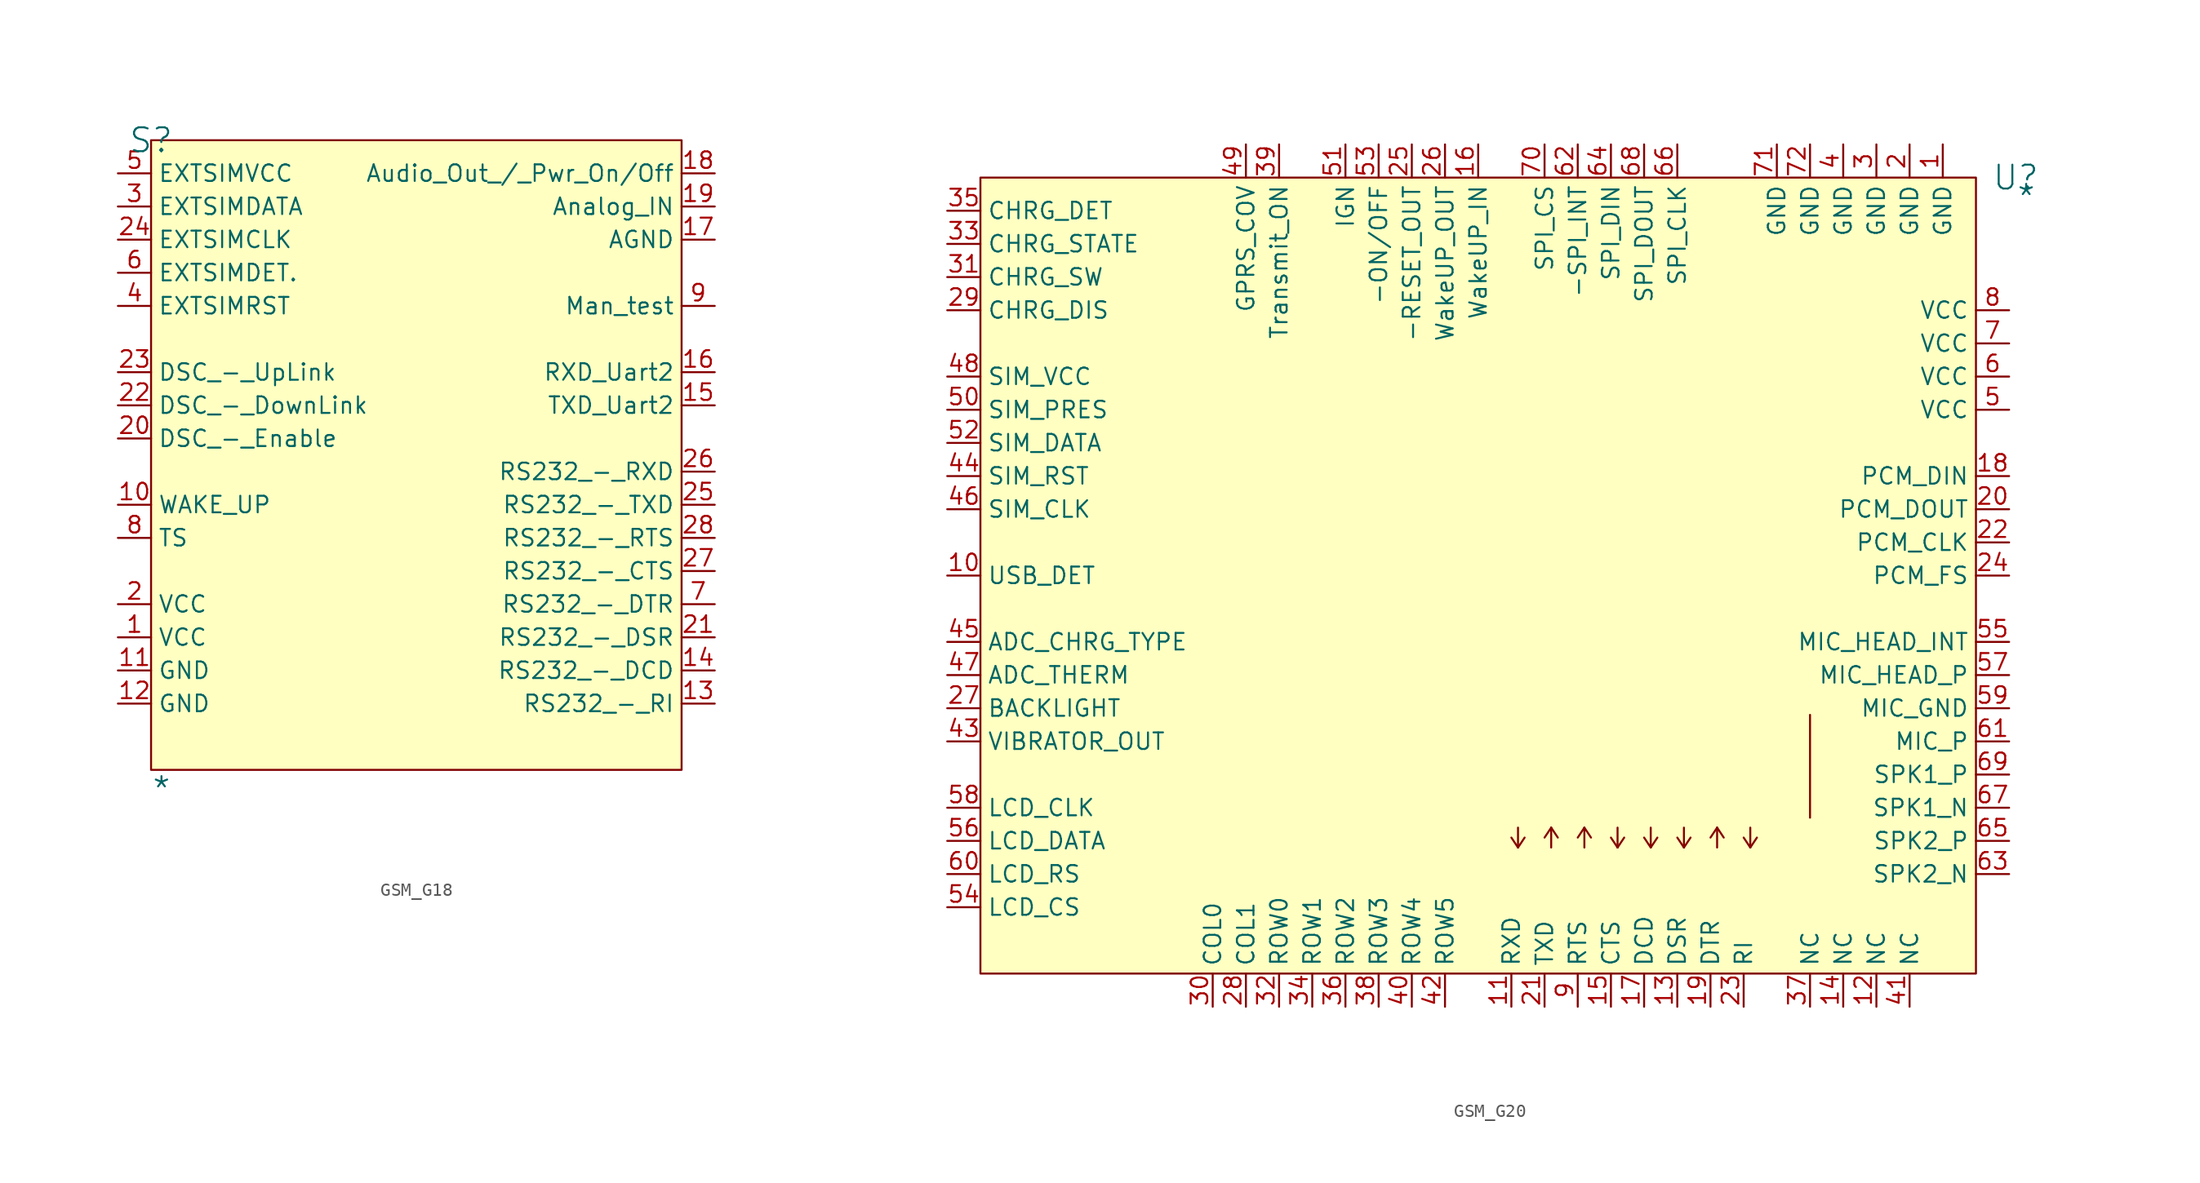
<source format=kicad_sym>
(kicad_symbol_lib
  (version 20241209)
  (generator "kicad_symbol_editor")
  (generator_version "9.0")
  (symbol "GSM_G18"
    (property "Reference" "S"
      (at 0 0 0)
      (effects (font (size 1.829 1.829))))
    (property "Value" "*"
      (at 0 -50.8 0)
      (effects (font (size 1.829 1.829)) (justify left bottom)))
    (symbol "GSM_G18_1_0"
      (rectangle (start 40.64 0) (end 0 -48.26) (stroke (width 0) (type solid) (color 128 0 0 1)) (fill (type background)))
      (pin passive line (at -2.54 -2.54 0) (length 2.54) (name "EXTSIMVCC" (effects (font (size 1.27 1.27)))) (number "5" (effects (font (size 1.27 1.27)))))
      (pin passive line (at -2.54 -5.08 0) (length 2.54) (name "EXTSIMDATA" (effects (font (size 1.27 1.27)))) (number "3" (effects (font (size 1.27 1.27)))))
      (pin passive line (at -2.54 -7.62 0) (length 2.54) (name "EXTSIMCLK" (effects (font (size 1.27 1.27)))) (number "24" (effects (font (size 1.27 1.27)))))
      (pin passive line (at -2.54 -10.16 0) (length 2.54) (name "EXTSIMDET." (effects (font (size 1.27 1.27)))) (number "6" (effects (font (size 1.27 1.27)))))
      (pin passive line (at -2.54 -12.7 0) (length 2.54) (name "EXTSIMRST" (effects (font (size 1.27 1.27)))) (number "4" (effects (font (size 1.27 1.27)))))
      (pin passive line (at -2.54 -17.78 0) (length 2.54) (name "DSC_-_UpLink" (effects (font (size 1.27 1.27)))) (number "23" (effects (font (size 1.27 1.27)))))
      (pin passive line (at -2.54 -20.32 0) (length 2.54) (name "DSC_-_DownLink" (effects (font (size 1.27 1.27)))) (number "22" (effects (font (size 1.27 1.27)))))
      (pin passive line (at -2.54 -22.86 0) (length 2.54) (name "DSC_-_Enable" (effects (font (size 1.27 1.27)))) (number "20" (effects (font (size 1.27 1.27)))))
      (pin passive line (at -2.54 -27.94 0) (length 2.54) (name "WAKE_UP" (effects (font (size 1.27 1.27)))) (number "10" (effects (font (size 1.27 1.27)))))
      (pin passive line (at -2.54 -30.48 0) (length 2.54) (name "TS" (effects (font (size 1.27 1.27)))) (number "8" (effects (font (size 1.27 1.27)))))
      (pin passive line (at -2.54 -35.56 0) (length 2.54) (name "VCC" (effects (font (size 1.27 1.27)))) (number "2" (effects (font (size 1.27 1.27)))))
      (pin passive line (at -2.54 -38.1 0) (length 2.54) (name "VCC" (effects (font (size 1.27 1.27)))) (number "1" (effects (font (size 1.27 1.27)))))
      (pin passive line (at -2.54 -40.64 0) (length 2.54) (name "GND" (effects (font (size 1.27 1.27)))) (number "11" (effects (font (size 1.27 1.27)))))
      (pin passive line (at -2.54 -43.18 0) (length 2.54) (name "GND" (effects (font (size 1.27 1.27)))) (number "12" (effects (font (size 1.27 1.27)))))
      (pin passive line (at 43.18 -2.54 180) (length 2.54) (name "Audio_Out_/_Pwr_On/Off" (effects (font (size 1.27 1.27)))) (number "18" (effects (font (size 1.27 1.27)))))
      (pin passive line (at 43.18 -5.08 180) (length 2.54) (name "Analog_IN" (effects (font (size 1.27 1.27)))) (number "19" (effects (font (size 1.27 1.27)))))
      (pin passive line (at 43.18 -7.62 180) (length 2.54) (name "AGND" (effects (font (size 1.27 1.27)))) (number "17" (effects (font (size 1.27 1.27)))))
      (pin passive line (at 43.18 -12.7 180) (length 2.54) (name "Man_test" (effects (font (size 1.27 1.27)))) (number "9" (effects (font (size 1.27 1.27)))))
      (pin passive line (at 43.18 -17.78 180) (length 2.54) (name "RXD_Uart2" (effects (font (size 1.27 1.27)))) (number "16" (effects (font (size 1.27 1.27)))))
      (pin passive line (at 43.18 -20.32 180) (length 2.54) (name "TXD_Uart2" (effects (font (size 1.27 1.27)))) (number "15" (effects (font (size 1.27 1.27)))))
      (pin passive line (at 43.18 -25.4 180) (length 2.54) (name "RS232_-_RXD" (effects (font (size 1.27 1.27)))) (number "26" (effects (font (size 1.27 1.27)))))
      (pin passive line (at 43.18 -27.94 180) (length 2.54) (name "RS232_-_TXD" (effects (font (size 1.27 1.27)))) (number "25" (effects (font (size 1.27 1.27)))))
      (pin passive line (at 43.18 -30.48 180) (length 2.54) (name "RS232_-_RTS" (effects (font (size 1.27 1.27)))) (number "28" (effects (font (size 1.27 1.27)))))
      (pin passive line (at 43.18 -33.02 180) (length 2.54) (name "RS232_-_CTS" (effects (font (size 1.27 1.27)))) (number "27" (effects (font (size 1.27 1.27)))))
      (pin passive line (at 43.18 -35.56 180) (length 2.54) (name "RS232_-_DTR" (effects (font (size 1.27 1.27)))) (number "7" (effects (font (size 1.27 1.27)))))
      (pin passive line (at 43.18 -38.1 180) (length 2.54) (name "RS232_-_DSR" (effects (font (size 1.27 1.27)))) (number "21" (effects (font (size 1.27 1.27)))))
      (pin passive line (at 43.18 -40.64 180) (length 2.54) (name "RS232_-_DCD" (effects (font (size 1.27 1.27)))) (number "14" (effects (font (size 1.27 1.27)))))
      (pin passive line (at 43.18 -43.18 180) (length 2.54) (name "RS232_-_RI" (effects (font (size 1.27 1.27)))) (number "13" (effects (font (size 1.27 1.27)))))))
  (symbol "GSM_G20"
    (property "Reference" "U"
      (at 79.248 0 0)
      (effects (font (size 1.829 1.829))))
    (property "Value" "*"
      (at 79.248 -2.54 0)
      (effects (font (size 1.829 1.829)) (justify left bottom)))
    (symbol "GSM_G20_1_0"
      (polyline (pts (xy 41.148 -51.308) (xy 40.64 -50.546)) (stroke (width 0) (type solid)) (fill (type none)))
      (polyline (pts (xy 41.148 -51.308) (xy 41.148 -49.784)) (stroke (width 0) (type solid)) (fill (type none)))
      (polyline (pts (xy 41.656 -50.546) (xy 41.148 -51.308)) (stroke (width 0) (type solid)) (fill (type none)))
      (polyline (pts (xy 43.18 -50.546) (xy 43.688 -49.784)) (stroke (width 0) (type solid)) (fill (type none)))
      (polyline (pts (xy 43.688 -49.784) (xy 43.688 -51.308)) (stroke (width 0) (type solid)) (fill (type none)))
      (polyline (pts (xy 43.688 -49.784) (xy 44.196 -50.546)) (stroke (width 0) (type solid)) (fill (type none)))
      (polyline (pts (xy 45.72 -50.546) (xy 46.228 -49.784)) (stroke (width 0) (type solid)) (fill (type none)))
      (polyline (pts (xy 46.228 -49.784) (xy 46.228 -51.308)) (stroke (width 0) (type solid)) (fill (type none)))
      (polyline (pts (xy 46.228 -49.784) (xy 46.736 -50.546)) (stroke (width 0) (type solid)) (fill (type none)))
      (polyline (pts (xy 48.768 -51.308) (xy 48.26 -50.546)) (stroke (width 0) (type solid)) (fill (type none)))
      (polyline (pts (xy 48.768 -51.308) (xy 48.768 -49.784)) (stroke (width 0) (type solid)) (fill (type none)))
      (polyline (pts (xy 49.276 -50.546) (xy 48.768 -51.308)) (stroke (width 0) (type solid)) (fill (type none)))
      (polyline (pts (xy 51.308 -51.308) (xy 50.8 -50.546)) (stroke (width 0) (type solid)) (fill (type none)))
      (polyline (pts (xy 51.308 -51.308) (xy 51.308 -49.784)) (stroke (width 0) (type solid)) (fill (type none)))
      (polyline (pts (xy 51.816 -50.546) (xy 51.308 -51.308)) (stroke (width 0) (type solid)) (fill (type none)))
      (polyline (pts (xy 53.848 -51.308) (xy 53.34 -50.546)) (stroke (width 0) (type solid)) (fill (type none)))
      (polyline (pts (xy 53.848 -51.308) (xy 53.848 -49.784)) (stroke (width 0) (type solid)) (fill (type none)))
      (polyline (pts (xy 54.356 -50.546) (xy 53.848 -51.308)) (stroke (width 0) (type solid)) (fill (type none)))
      (polyline (pts (xy 55.88 -50.546) (xy 56.388 -49.784)) (stroke (width 0) (type solid)) (fill (type none)))
      (polyline (pts (xy 56.388 -49.784) (xy 56.388 -51.308)) (stroke (width 0) (type solid)) (fill (type none)))
      (polyline (pts (xy 56.388 -49.784) (xy 56.896 -50.546)) (stroke (width 0) (type solid)) (fill (type none)))
      (polyline (pts (xy 58.928 -51.308) (xy 58.42 -50.546)) (stroke (width 0) (type solid)) (fill (type none)))
      (polyline (pts (xy 58.928 -51.308) (xy 58.928 -49.784)) (stroke (width 0) (type solid)) (fill (type none)))
      (polyline (pts (xy 59.436 -50.546) (xy 58.928 -51.308)) (stroke (width 0) (type solid)) (fill (type none)))
      (polyline (pts (xy 63.5 -41.148) (xy 63.5 -49.022)) (stroke (width 0) (type solid)) (fill (type none)))
      (rectangle (start 76.2 0) (end 0 -60.96) (stroke (width 0) (type solid) (color 128 0 0 1)) (fill (type background)))
      (pin passive line (at -2.54 -2.54 0) (length 2.54) (name "CHRG_DET" (effects (font (size 1.27 1.27)))) (number "35" (effects (font (size 1.27 1.27)))))
      (pin passive line (at -2.54 -5.08 0) (length 2.54) (name "CHRG_STATE" (effects (font (size 1.27 1.27)))) (number "33" (effects (font (size 1.27 1.27)))))
      (pin passive line (at -2.54 -7.62 0) (length 2.54) (name "CHRG_SW" (effects (font (size 1.27 1.27)))) (number "31" (effects (font (size 1.27 1.27)))))
      (pin passive line (at -2.54 -10.16 0) (length 2.54) (name "CHRG_DIS" (effects (font (size 1.27 1.27)))) (number "29" (effects (font (size 1.27 1.27)))))
      (pin passive line (at -2.54 -15.24 0) (length 2.54) (name "SIM_VCC" (effects (font (size 1.27 1.27)))) (number "48" (effects (font (size 1.27 1.27)))))
      (pin passive line (at -2.54 -17.78 0) (length 2.54) (name "SIM_PRES" (effects (font (size 1.27 1.27)))) (number "50" (effects (font (size 1.27 1.27)))))
      (pin passive line (at -2.54 -20.32 0) (length 2.54) (name "SIM_DATA" (effects (font (size 1.27 1.27)))) (number "52" (effects (font (size 1.27 1.27)))))
      (pin passive line (at -2.54 -22.86 0) (length 2.54) (name "SIM_RST" (effects (font (size 1.27 1.27)))) (number "44" (effects (font (size 1.27 1.27)))))
      (pin passive line (at -2.54 -25.4 0) (length 2.54) (name "SIM_CLK" (effects (font (size 1.27 1.27)))) (number "46" (effects (font (size 1.27 1.27)))))
      (pin passive line (at -2.54 -30.48 0) (length 2.54) (name "USB_DET" (effects (font (size 1.27 1.27)))) (number "10" (effects (font (size 1.27 1.27)))))
      (pin passive line (at -2.54 -35.56 0) (length 2.54) (name "ADC_CHRG_TYPE" (effects (font (size 1.27 1.27)))) (number "45" (effects (font (size 1.27 1.27)))))
      (pin passive line (at -2.54 -38.1 0) (length 2.54) (name "ADC_THERM" (effects (font (size 1.27 1.27)))) (number "47" (effects (font (size 1.27 1.27)))))
      (pin passive line (at -2.54 -40.64 0) (length 2.54) (name "BACKLIGHT" (effects (font (size 1.27 1.27)))) (number "27" (effects (font (size 1.27 1.27)))))
      (pin passive line (at -2.54 -43.18 0) (length 2.54) (name "VIBRATOR_OUT" (effects (font (size 1.27 1.27)))) (number "43" (effects (font (size 1.27 1.27)))))
      (pin passive line (at -2.54 -48.26 0) (length 2.54) (name "LCD_CLK" (effects (font (size 1.27 1.27)))) (number "58" (effects (font (size 1.27 1.27)))))
      (pin passive line (at -2.54 -50.8 0) (length 2.54) (name "LCD_DATA" (effects (font (size 1.27 1.27)))) (number "56" (effects (font (size 1.27 1.27)))))
      (pin passive line (at -2.54 -53.34 0) (length 2.54) (name "LCD_RS" (effects (font (size 1.27 1.27)))) (number "60" (effects (font (size 1.27 1.27)))))
      (pin passive line (at -2.54 -55.88 0) (length 2.54) (name "LCD_CS" (effects (font (size 1.27 1.27)))) (number "54" (effects (font (size 1.27 1.27)))))
      (pin passive line (at 17.78 -63.5 90) (length 2.54) (name "COL0" (effects (font (size 1.27 1.27)))) (number "30" (effects (font (size 1.27 1.27)))))
      (pin passive line (at 20.32 2.54 270) (length 2.54) (name "GPRS_COV" (effects (font (size 1.27 1.27)))) (number "49" (effects (font (size 1.27 1.27)))))
      (pin passive line (at 20.32 -63.5 90) (length 2.54) (name "COL1" (effects (font (size 1.27 1.27)))) (number "28" (effects (font (size 1.27 1.27)))))
      (pin passive line (at 22.86 2.54 270) (length 2.54) (name "Transmit_ON" (effects (font (size 1.27 1.27)))) (number "39" (effects (font (size 1.27 1.27)))))
      (pin passive line (at 22.86 -63.5 90) (length 2.54) (name "ROW0" (effects (font (size 1.27 1.27)))) (number "32" (effects (font (size 1.27 1.27)))))
      (pin passive line (at 25.4 -63.5 90) (length 2.54) (name "ROW1" (effects (font (size 1.27 1.27)))) (number "34" (effects (font (size 1.27 1.27)))))
      (pin passive line (at 27.94 2.54 270) (length 2.54) (name "IGN" (effects (font (size 1.27 1.27)))) (number "51" (effects (font (size 1.27 1.27)))))
      (pin passive line (at 27.94 -63.5 90) (length 2.54) (name "ROW2" (effects (font (size 1.27 1.27)))) (number "36" (effects (font (size 1.27 1.27)))))
      (pin passive line (at 30.48 2.54 270) (length 2.54) (name "-ON/OFF" (effects (font (size 1.27 1.27)))) (number "53" (effects (font (size 1.27 1.27)))))
      (pin passive line (at 30.48 -63.5 90) (length 2.54) (name "ROW3" (effects (font (size 1.27 1.27)))) (number "38" (effects (font (size 1.27 1.27)))))
      (pin passive line (at 33.02 2.54 270) (length 2.54) (name "-RESET_OUT" (effects (font (size 1.27 1.27)))) (number "25" (effects (font (size 1.27 1.27)))))
      (pin passive line (at 33.02 -63.5 90) (length 2.54) (name "ROW4" (effects (font (size 1.27 1.27)))) (number "40" (effects (font (size 1.27 1.27)))))
      (pin passive line (at 35.56 2.54 270) (length 2.54) (name "WakeUP_OUT" (effects (font (size 1.27 1.27)))) (number "26" (effects (font (size 1.27 1.27)))))
      (pin passive line (at 35.56 -63.5 90) (length 2.54) (name "ROW5" (effects (font (size 1.27 1.27)))) (number "42" (effects (font (size 1.27 1.27)))))
      (pin passive line (at 38.1 2.54 270) (length 2.54) (name "WakeUP_IN" (effects (font (size 1.27 1.27)))) (number "16" (effects (font (size 1.27 1.27)))))
      (pin passive line (at 40.64 -63.5 90) (length 2.54) (name "RXD" (effects (font (size 1.27 1.27)))) (number "11" (effects (font (size 1.27 1.27)))))
      (pin passive line (at 43.18 2.54 270) (length 2.54) (name "SPI_CS" (effects (font (size 1.27 1.27)))) (number "70" (effects (font (size 1.27 1.27)))))
      (pin passive line (at 43.18 -63.5 90) (length 2.54) (name "TXD" (effects (font (size 1.27 1.27)))) (number "21" (effects (font (size 1.27 1.27)))))
      (pin passive line (at 45.72 2.54 270) (length 2.54) (name "-SPI_INT" (effects (font (size 1.27 1.27)))) (number "62" (effects (font (size 1.27 1.27)))))
      (pin passive line (at 45.72 -63.5 90) (length 2.54) (name "RTS" (effects (font (size 1.27 1.27)))) (number "9" (effects (font (size 1.27 1.27)))))
      (pin passive line (at 48.26 2.54 270) (length 2.54) (name "SPI_DIN" (effects (font (size 1.27 1.27)))) (number "64" (effects (font (size 1.27 1.27)))))
      (pin passive line (at 48.26 -63.5 90) (length 2.54) (name "CTS" (effects (font (size 1.27 1.27)))) (number "15" (effects (font (size 1.27 1.27)))))
      (pin passive line (at 50.8 2.54 270) (length 2.54) (name "SPI_DOUT" (effects (font (size 1.27 1.27)))) (number "68" (effects (font (size 1.27 1.27)))))
      (pin passive line (at 50.8 -63.5 90) (length 2.54) (name "DCD" (effects (font (size 1.27 1.27)))) (number "17" (effects (font (size 1.27 1.27)))))
      (pin passive line (at 53.34 2.54 270) (length 2.54) (name "SPI_CLK" (effects (font (size 1.27 1.27)))) (number "66" (effects (font (size 1.27 1.27)))))
      (pin passive line (at 53.34 -63.5 90) (length 2.54) (name "DSR" (effects (font (size 1.27 1.27)))) (number "13" (effects (font (size 1.27 1.27)))))
      (pin passive line (at 55.88 -63.5 90) (length 2.54) (name "DTR" (effects (font (size 1.27 1.27)))) (number "19" (effects (font (size 1.27 1.27)))))
      (pin passive line (at 58.42 -63.5 90) (length 2.54) (name "RI" (effects (font (size 1.27 1.27)))) (number "23" (effects (font (size 1.27 1.27)))))
      (pin passive line (at 60.96 2.54 270) (length 2.54) (name "GND" (effects (font (size 1.27 1.27)))) (number "71" (effects (font (size 1.27 1.27)))))
      (pin passive line (at 63.5 2.54 270) (length 2.54) (name "GND" (effects (font (size 1.27 1.27)))) (number "72" (effects (font (size 1.27 1.27)))))
      (pin passive line (at 63.5 -63.5 90) (length 2.54) (name "NC" (effects (font (size 1.27 1.27)))) (number "37" (effects (font (size 1.27 1.27)))))
      (pin passive line (at 66.04 2.54 270) (length 2.54) (name "GND" (effects (font (size 1.27 1.27)))) (number "4" (effects (font (size 1.27 1.27)))))
      (pin passive line (at 66.04 -63.5 90) (length 2.54) (name "NC" (effects (font (size 1.27 1.27)))) (number "14" (effects (font (size 1.27 1.27)))))
      (pin passive line (at 68.58 2.54 270) (length 2.54) (name "GND" (effects (font (size 1.27 1.27)))) (number "3" (effects (font (size 1.27 1.27)))))
      (pin passive line (at 68.58 -63.5 90) (length 2.54) (name "NC" (effects (font (size 1.27 1.27)))) (number "12" (effects (font (size 1.27 1.27)))))
      (pin passive line (at 71.12 2.54 270) (length 2.54) (name "GND" (effects (font (size 1.27 1.27)))) (number "2" (effects (font (size 1.27 1.27)))))
      (pin passive line (at 71.12 -63.5 90) (length 2.54) (name "NC" (effects (font (size 1.27 1.27)))) (number "41" (effects (font (size 1.27 1.27)))))
      (pin passive line (at 73.66 2.54 270) (length 2.54) (name "GND" (effects (font (size 1.27 1.27)))) (number "1" (effects (font (size 1.27 1.27)))))
      (pin passive line (at 78.74 -10.16 180) (length 2.54) (name "VCC" (effects (font (size 1.27 1.27)))) (number "8" (effects (font (size 1.27 1.27)))))
      (pin passive line (at 78.74 -12.7 180) (length 2.54) (name "VCC" (effects (font (size 1.27 1.27)))) (number "7" (effects (font (size 1.27 1.27)))))
      (pin passive line (at 78.74 -15.24 180) (length 2.54) (name "VCC" (effects (font (size 1.27 1.27)))) (number "6" (effects (font (size 1.27 1.27)))))
      (pin passive line (at 78.74 -17.78 180) (length 2.54) (name "VCC" (effects (font (size 1.27 1.27)))) (number "5" (effects (font (size 1.27 1.27)))))
      (pin passive line (at 78.74 -22.86 180) (length 2.54) (name "PCM_DIN" (effects (font (size 1.27 1.27)))) (number "18" (effects (font (size 1.27 1.27)))))
      (pin passive line (at 78.74 -25.4 180) (length 2.54) (name "PCM_DOUT" (effects (font (size 1.27 1.27)))) (number "20" (effects (font (size 1.27 1.27)))))
      (pin passive line (at 78.74 -27.94 180) (length 2.54) (name "PCM_CLK" (effects (font (size 1.27 1.27)))) (number "22" (effects (font (size 1.27 1.27)))))
      (pin passive line (at 78.74 -30.48 180) (length 2.54) (name "PCM_FS" (effects (font (size 1.27 1.27)))) (number "24" (effects (font (size 1.27 1.27)))))
      (pin passive line (at 78.74 -35.56 180) (length 2.54) (name "MIC_HEAD_INT" (effects (font (size 1.27 1.27)))) (number "55" (effects (font (size 1.27 1.27)))))
      (pin passive line (at 78.74 -38.1 180) (length 2.54) (name "MIC_HEAD_P" (effects (font (size 1.27 1.27)))) (number "57" (effects (font (size 1.27 1.27)))))
      (pin passive line (at 78.74 -40.64 180) (length 2.54) (name "MIC_GND" (effects (font (size 1.27 1.27)))) (number "59" (effects (font (size 1.27 1.27)))))
      (pin passive line (at 78.74 -43.18 180) (length 2.54) (name "MIC_P" (effects (font (size 1.27 1.27)))) (number "61" (effects (font (size 1.27 1.27)))))
      (pin passive line (at 78.74 -45.72 180) (length 2.54) (name "SPK1_P" (effects (font (size 1.27 1.27)))) (number "69" (effects (font (size 1.27 1.27)))))
      (pin passive line (at 78.74 -48.26 180) (length 2.54) (name "SPK1_N" (effects (font (size 1.27 1.27)))) (number "67" (effects (font (size 1.27 1.27)))))
      (pin passive line (at 78.74 -50.8 180) (length 2.54) (name "SPK2_P" (effects (font (size 1.27 1.27)))) (number "65" (effects (font (size 1.27 1.27)))))
      (pin passive line (at 78.74 -53.34 180) (length 2.54) (name "SPK2_N" (effects (font (size 1.27 1.27)))) (number "63" (effects (font (size 1.27 1.27))))))))
</source>
